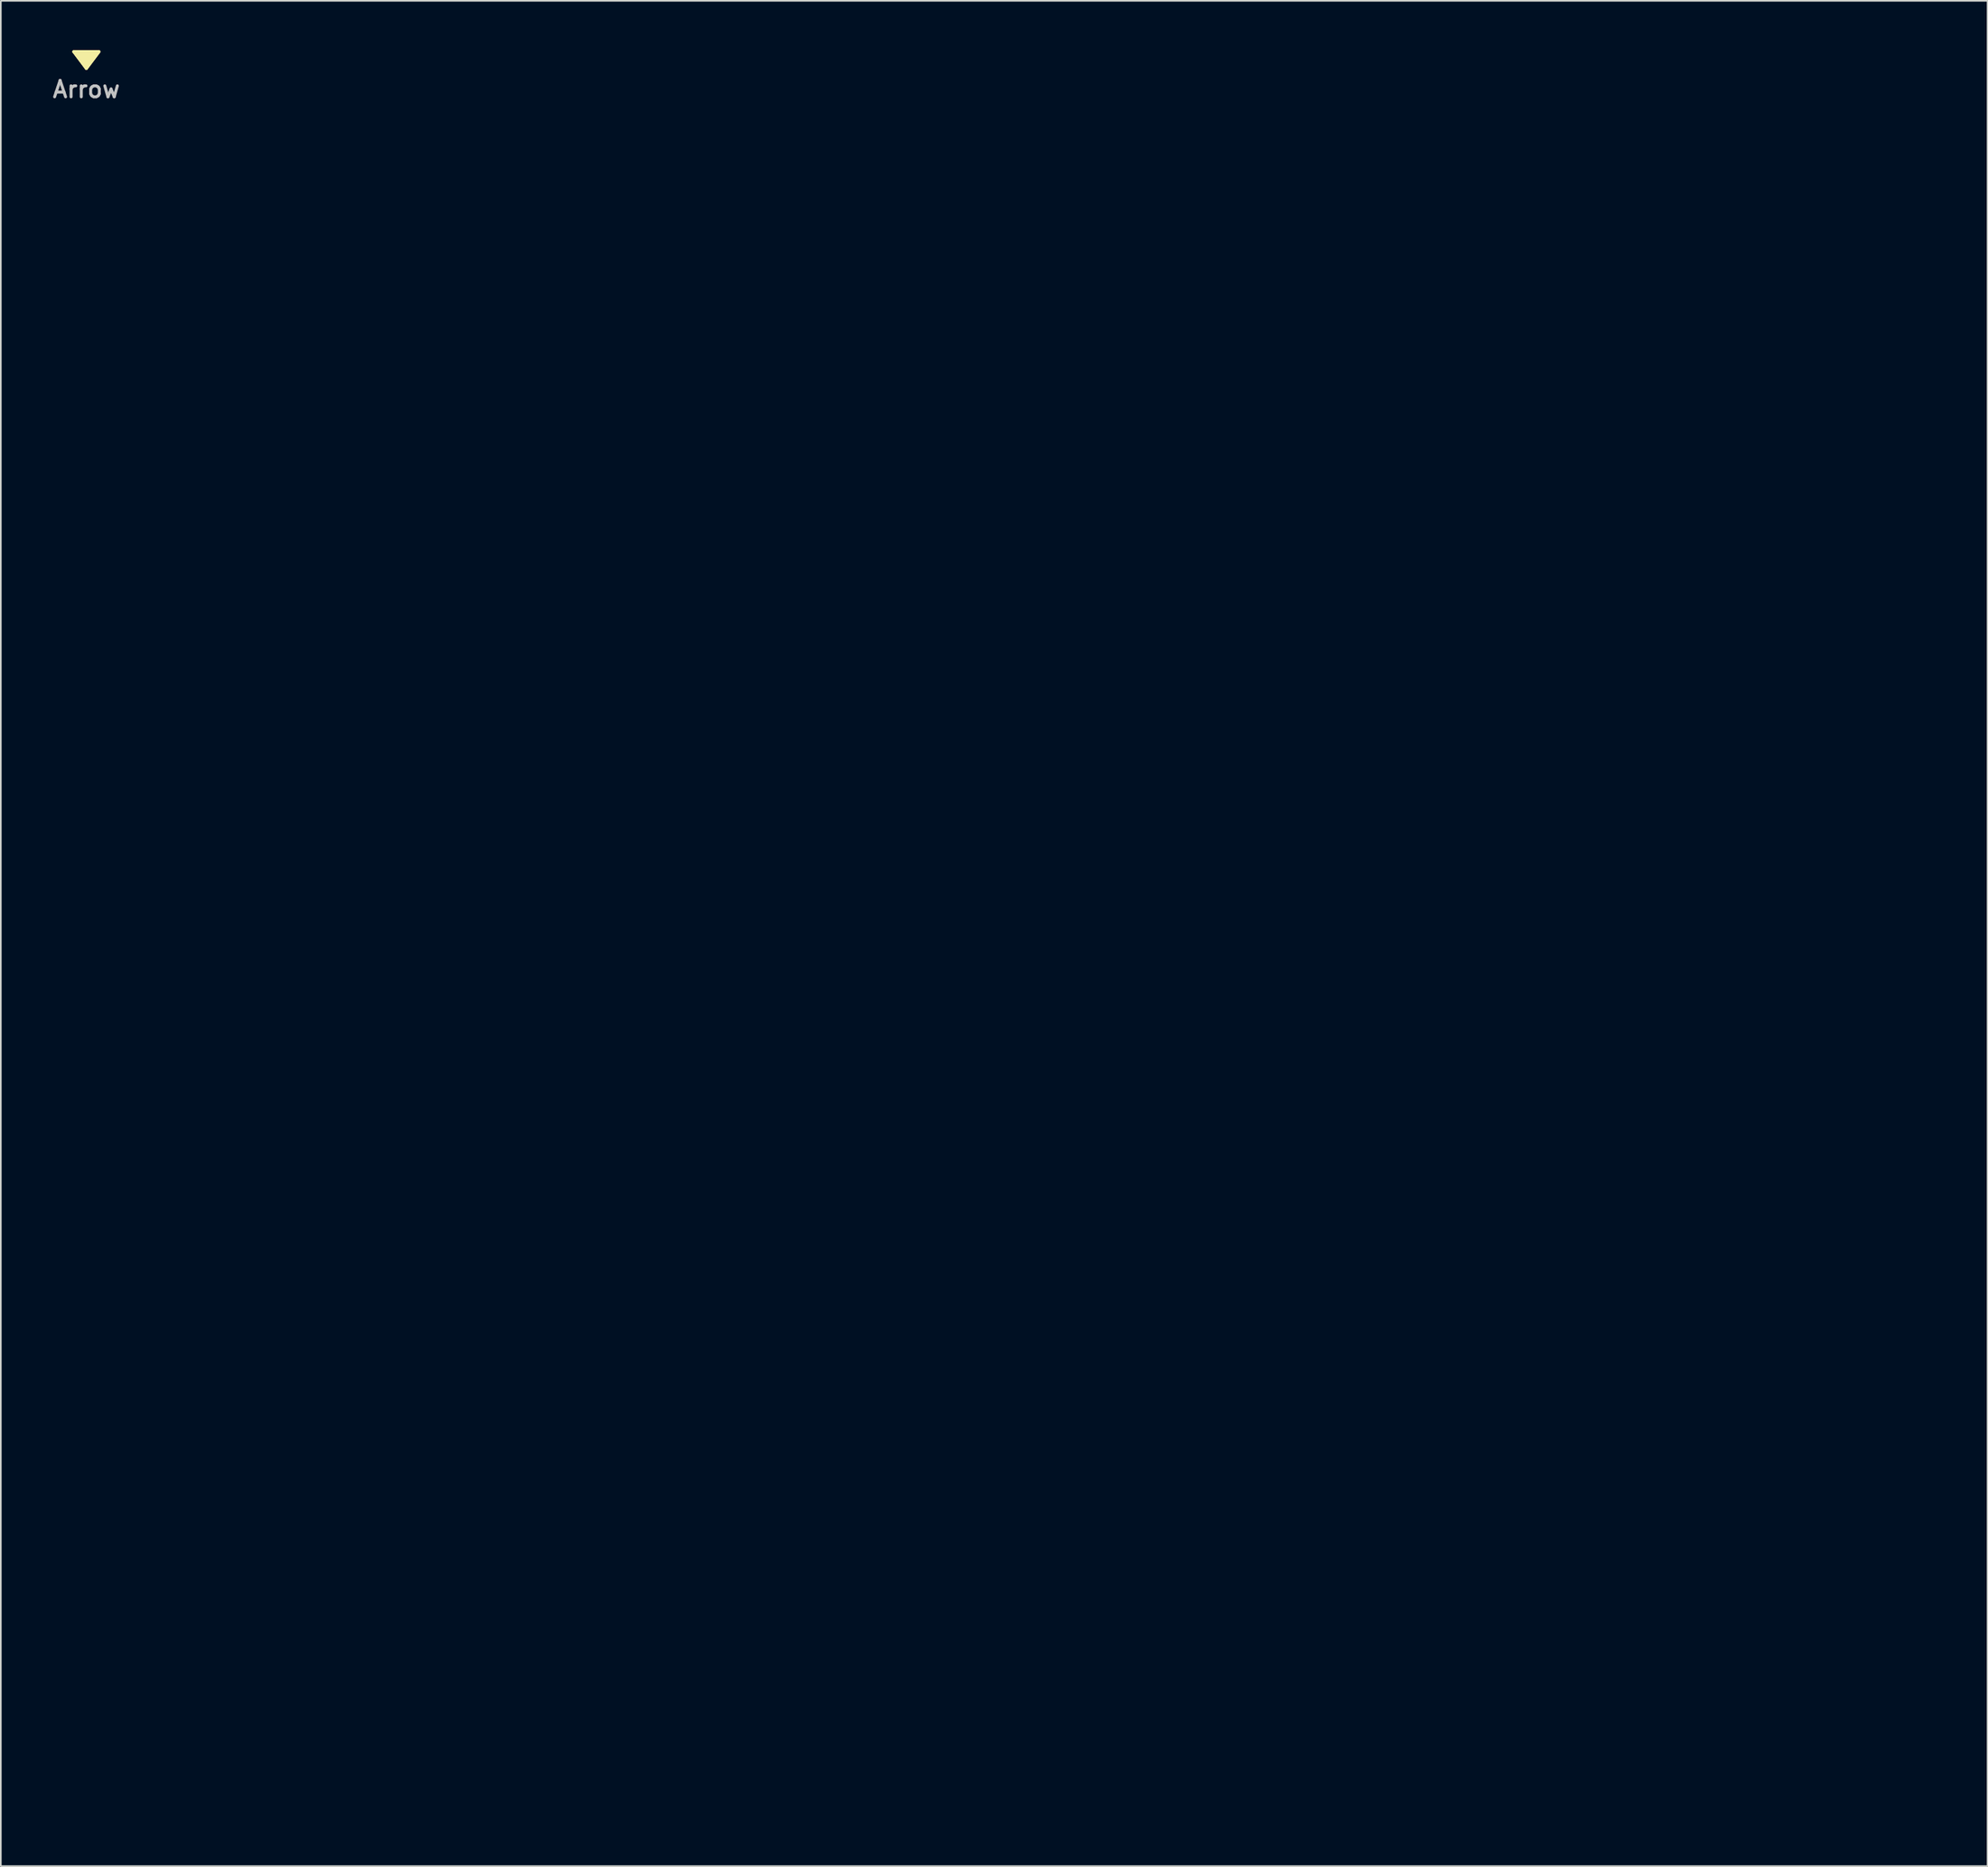
<source format=kicad_pcb>
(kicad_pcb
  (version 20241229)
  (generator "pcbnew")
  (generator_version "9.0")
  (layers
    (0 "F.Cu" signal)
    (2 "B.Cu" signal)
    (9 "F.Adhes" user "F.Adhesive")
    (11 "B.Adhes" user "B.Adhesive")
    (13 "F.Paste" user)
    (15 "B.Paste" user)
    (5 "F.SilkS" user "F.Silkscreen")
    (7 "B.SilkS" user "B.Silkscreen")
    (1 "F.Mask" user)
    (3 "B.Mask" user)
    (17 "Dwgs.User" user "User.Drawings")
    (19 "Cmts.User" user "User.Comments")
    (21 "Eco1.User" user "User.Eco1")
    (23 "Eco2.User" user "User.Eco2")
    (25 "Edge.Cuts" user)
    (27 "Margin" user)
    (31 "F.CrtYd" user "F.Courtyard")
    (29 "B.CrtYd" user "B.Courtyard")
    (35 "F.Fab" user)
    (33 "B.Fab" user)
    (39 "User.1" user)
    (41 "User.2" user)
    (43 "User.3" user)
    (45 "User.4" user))
  (footprint "Arrow"
    (layer "F.Cu")
    (at 2.194 0.471)
    (property "Reference" "Arrow" (at 0 1.905 0) (layer "Dwgs.User") (effects (font (size 1 1) (thickness 0.18))))
    (attr through_hole)
    (fp_line (start -0.762 -0.381) (end 0 0.635) (stroke (width 0.18) (type solid)) (layer "F.SilkS"))
    (fp_line (start 0 0.635) (end 0.762 -0.381) (stroke (width 0.18) (type solid)) (layer "F.SilkS"))
    (fp_line (start 0.762 -0.381) (end -0.762 -0.381) (stroke (width 0.18) (type solid)) (layer "F.SilkS"))
    (fp_poly (pts (xy 0 0.635) (xy -0.762 -0.381) (xy 0.762 -0.381)) (stroke (width 0.18) (type solid)) (fill yes) (layer "F.SilkS")))
  (footprint "Gauge-XY-100mm"
    (layer "F.Cu")
    (at 11.637 102.988)
    (property "Reference" "Gauge-XY-100mm" (at 0 3.81 0) (layer "Eco1.User") (effects (font (size 0.5 0.5) (thickness 0.1))))
    (attr through_hole)
    (fp_line (start 0 -100) (end -1.999 -100) (stroke (width 0.15) (type solid)) (layer "Eco1.User"))
    (fp_line (start 0 -95.001) (end -1.001 -95.001) (stroke (width 0.15) (type solid)) (layer "Eco1.User"))
    (fp_line (start 0 -90) (end -1.999 -90) (stroke (width 0.15) (type solid)) (layer "Eco1.User"))
    (fp_line (start 0 -85.001) (end -1.001 -85.001) (stroke (width 0.15) (type solid)) (layer "Eco1.User"))
    (fp_line (start 0 -80) (end -1.999 -80) (stroke (width 0.15) (type solid)) (layer "Eco1.User"))
    (fp_line (start 0 -75.001) (end -1.001 -75.001) (stroke (width 0.15) (type solid)) (layer "Eco1.User"))
    (fp_line (start 0 -70) (end -1.999 -70) (stroke (width 0.15) (type solid)) (layer "Eco1.User"))
    (fp_line (start 0 -65.001) (end -1.001 -65.001) (stroke (width 0.15) (type solid)) (layer "Eco1.User"))
    (fp_line (start 0 -60) (end -1.999 -60) (stroke (width 0.15) (type solid)) (layer "Eco1.User"))
    (fp_line (start 0 -55.001) (end -1.001 -55.001) (stroke (width 0.15) (type solid)) (layer "Eco1.User"))
    (fp_line (start 0 -50) (end -1.999 -50) (stroke (width 0.15) (type solid)) (layer "Eco1.User"))
    (fp_line (start 0 -45.001) (end -1.001 -45.001) (stroke (width 0.15) (type solid)) (layer "Eco1.User"))
    (fp_line (start 0 -40) (end -1.999 -40) (stroke (width 0.15) (type solid)) (layer "Eco1.User"))
    (fp_line (start 0 -35.001) (end -1.001 -35.001) (stroke (width 0.15) (type solid)) (layer "Eco1.User"))
    (fp_line (start 0 -30) (end -1.999 -30) (stroke (width 0.15) (type solid)) (layer "Eco1.User"))
    (fp_line (start 0 -25.001) (end -1.001 -25.001) (stroke (width 0.15) (type solid)) (layer "Eco1.User"))
    (fp_line (start 0 -20) (end -1.999 -20) (stroke (width 0.15) (type solid)) (layer "Eco1.User"))
    (fp_line (start 0 -15.001) (end -1.001 -15.001) (stroke (width 0.15) (type solid)) (layer "Eco1.User"))
    (fp_line (start 0 -10) (end -1.999 -10) (stroke (width 0.15) (type solid)) (layer "Eco1.User"))
    (fp_line (start 0 -10) (end 0 -100) (stroke (width 0.15) (type solid)) (layer "Eco1.User"))
    (fp_line (start 0 -8.999) (end -1.001 -8.999) (stroke (width 0.15) (type solid)) (layer "Eco1.User"))
    (fp_line (start 0 -8.001) (end -1.001 -8.001) (stroke (width 0.15) (type solid)) (layer "Eco1.User"))
    (fp_line (start 0 -7) (end -1.001 -7) (stroke (width 0.15) (type solid)) (layer "Eco1.User"))
    (fp_line (start 0 -5.999) (end -1.001 -5.999) (stroke (width 0.15) (type solid)) (layer "Eco1.User"))
    (fp_line (start 0 -5.001) (end -1.999 -5.001) (stroke (width 0.15) (type solid)) (layer "Eco1.User"))
    (fp_line (start 0 -4) (end -1.001 -4) (stroke (width 0.15) (type solid)) (layer "Eco1.User"))
    (fp_line (start 0 -3) (end -1.001 -3) (stroke (width 0.15) (type solid)) (layer "Eco1.User"))
    (fp_line (start 0 -1.999) (end -1.001 -1.999) (stroke (width 0.15) (type solid)) (layer "Eco1.User"))
    (fp_line (start 0 -1.001) (end -1.001 -1.001) (stroke (width 0.15) (type solid)) (layer "Eco1.User"))
    (fp_line (start 0 0) (end -1.999 0) (stroke (width 0.15) (type solid)) (layer "Eco1.User"))
    (fp_line (start 0 0) (end 0 -10) (stroke (width 0.15) (type solid)) (layer "Eco1.User"))
    (fp_line (start 0 0) (end 0 1.999) (stroke (width 0.15) (type solid)) (layer "Eco1.User"))
    (fp_line (start 0 0) (end 10 0) (stroke (width 0.15) (type solid)) (layer "Eco1.User"))
    (fp_line (start 1.001 0) (end 1.001 1.001) (stroke (width 0.15) (type solid)) (layer "Eco1.User"))
    (fp_line (start 1.999 0) (end 1.999 1.001) (stroke (width 0.15) (type solid)) (layer "Eco1.User"))
    (fp_line (start 3 0) (end 3 1.001) (stroke (width 0.15) (type solid)) (layer "Eco1.User"))
    (fp_line (start 4 0) (end 4 1.001) (stroke (width 0.15) (type solid)) (layer "Eco1.User"))
    (fp_line (start 5.001 0) (end 5.001 1.999) (stroke (width 0.15) (type solid)) (layer "Eco1.User"))
    (fp_line (start 5.999 0) (end 5.999 1.001) (stroke (width 0.15) (type solid)) (layer "Eco1.User"))
    (fp_line (start 7 0) (end 7 1.001) (stroke (width 0.15) (type solid)) (layer "Eco1.User"))
    (fp_line (start 8.001 0) (end 8.001 1.001) (stroke (width 0.15) (type solid)) (layer "Eco1.User"))
    (fp_line (start 8.999 0) (end 8.999 1.001) (stroke (width 0.15) (type solid)) (layer "Eco1.User"))
    (fp_line (start 10 0) (end 10 1.999) (stroke (width 0.15) (type solid)) (layer "Eco1.User"))
    (fp_line (start 10 0) (end 100 0) (stroke (width 0.15) (type solid)) (layer "Eco1.User"))
    (fp_line (start 15.001 0) (end 15.001 1.001) (stroke (width 0.15) (type solid)) (layer "Eco1.User"))
    (fp_line (start 20 0) (end 20 1.999) (stroke (width 0.15) (type solid)) (layer "Eco1.User"))
    (fp_line (start 25.001 0) (end 25.001 1.001) (stroke (width 0.15) (type solid)) (layer "Eco1.User"))
    (fp_line (start 30 0) (end 30 1.999) (stroke (width 0.15) (type solid)) (layer "Eco1.User"))
    (fp_line (start 35.001 0) (end 35.001 1.001) (stroke (width 0.15) (type solid)) (layer "Eco1.User"))
    (fp_line (start 40 0) (end 40 1.999) (stroke (width 0.15) (type solid)) (layer "Eco1.User"))
    (fp_line (start 45.001 0) (end 45.001 1.001) (stroke (width 0.15) (type solid)) (layer "Eco1.User"))
    (fp_line (start 50 0) (end 50 1.999) (stroke (width 0.15) (type solid)) (layer "Eco1.User"))
    (fp_line (start 55.001 0) (end 55.001 1.001) (stroke (width 0.15) (type solid)) (layer "Eco1.User"))
    (fp_line (start 60 0) (end 60 1.999) (stroke (width 0.15) (type solid)) (layer "Eco1.User"))
    (fp_line (start 65.001 0) (end 65.001 1.001) (stroke (width 0.15) (type solid)) (layer "Eco1.User"))
    (fp_line (start 70 0) (end 70 1.999) (stroke (width 0.15) (type solid)) (layer "Eco1.User"))
    (fp_line (start 75.001 0) (end 75.001 1.001) (stroke (width 0.15) (type solid)) (layer "Eco1.User"))
    (fp_line (start 80 0) (end 80 1.999) (stroke (width 0.15) (type solid)) (layer "Eco1.User"))
    (fp_line (start 85.001 0) (end 85.001 1.001) (stroke (width 0.15) (type solid)) (layer "Eco1.User"))
    (fp_line (start 90 0) (end 90 1.999) (stroke (width 0.15) (type solid)) (layer "Eco1.User"))
    (fp_line (start 95.001 0) (end 95.001 1.001) (stroke (width 0.15) (type solid)) (layer "Eco1.User"))
    (fp_line (start 100 0) (end 100 1.999) (stroke (width 0.15) (type solid)) (layer "Eco1.User"))
    (fp_text user "60" (at 60 3.101 0) (layer "Eco1.User") (effects (font (size 1 1) (thickness 0.15))))
    (fp_text user "0" (at 0 2.799 0) (layer "Eco1.User") (effects (font (size 1 1) (thickness 0.15))))
    (fp_text user "40" (at -3.101 -40 270) (layer "Eco1.User") (effects (font (size 1 1) (thickness 0.15))))
    (fp_text user "50" (at -3.101 -50 270) (layer "Eco1.User") (effects (font (size 1 1) (thickness 0.15))))
    (fp_text user "90" (at -3.203 -90.101 270) (layer "Eco1.User") (effects (font (size 1 1) (thickness 0.15))))
    (fp_text user "5" (at -2.901 -4.999 270) (layer "Eco1.User") (effects (font (size 1 1) (thickness 0.15))))
    (fp_text user "50" (at 50 3.101 0) (layer "Eco1.User") (effects (font (size 1 1) (thickness 0.15))))
    (fp_text user "5" (at 4.999 2.901 0) (layer "Eco1.User") (effects (font (size 1 1) (thickness 0.15))))
    (fp_text user "10mm" (at -2.7 -10 270) (layer "Eco1.User") (effects (font (size 1 1) (thickness 0.15))))
    (fp_text user "10mm" (at 10 2.7 0) (layer "Eco1.User") (effects (font (size 1 1) (thickness 0.15))))
    (fp_text user "20" (at 20.099 2.901 0) (layer "Eco1.User") (effects (font (size 1 1) (thickness 0.15))))
    (fp_text user "80" (at 80 3.401 0) (layer "Eco1.User") (effects (font (size 1 1) (thickness 0.15))))
    (fp_text user "70" (at 70 3.302 0) (layer "Eco1.User") (effects (font (size 1 1) (thickness 0.15))))
    (fp_text user "100mm" (at -3.203 -100.101 270) (layer "Eco1.User") (effects (font (size 1 1) (thickness 0.15))))
    (fp_text user "30" (at 30 3 0) (layer "Eco1.User") (effects (font (size 1 1) (thickness 0.15))))
    (fp_text user "40" (at 40 3.101 0) (layer "Eco1.User") (effects (font (size 1 1) (thickness 0.15))))
    (fp_text user "0" (at -2.799 0 270) (layer "Eco1.User") (effects (font (size 1 1) (thickness 0.15))))
    (fp_text user "70" (at -3.302 -70 270) (layer "Eco1.User") (effects (font (size 1 1) (thickness 0.15))))
    (fp_text user "60" (at -3.101 -60 270) (layer "Eco1.User") (effects (font (size 1 1) (thickness 0.15))))
    (fp_text user "30" (at -3 -30 270) (layer "Eco1.User") (effects (font (size 1 1) (thickness 0.15))))
    (fp_text user "90" (at 90.101 3.203 0) (layer "Eco1.User") (effects (font (size 1 1) (thickness 0.15))))
    (fp_text user "100mm" (at 100.101 3.203 0) (layer "Eco1.User") (effects (font (size 1 1) (thickness 0.15))))
    (fp_text user "20" (at -2.901 -20.099 270) (layer "Eco1.User") (effects (font (size 1 1) (thickness 0.15))))
    (fp_text user "80" (at -3.401 -80 270) (layer "Eco1.User") (effects (font (size 1 1) (thickness 0.15)))))
  (gr_rect
    (start -3 -3)
    (end 117.625 110.266)
    (stroke (width 0.1) (type default))
    (fill no)
    (layer "Edge.Cuts")))
</source>
